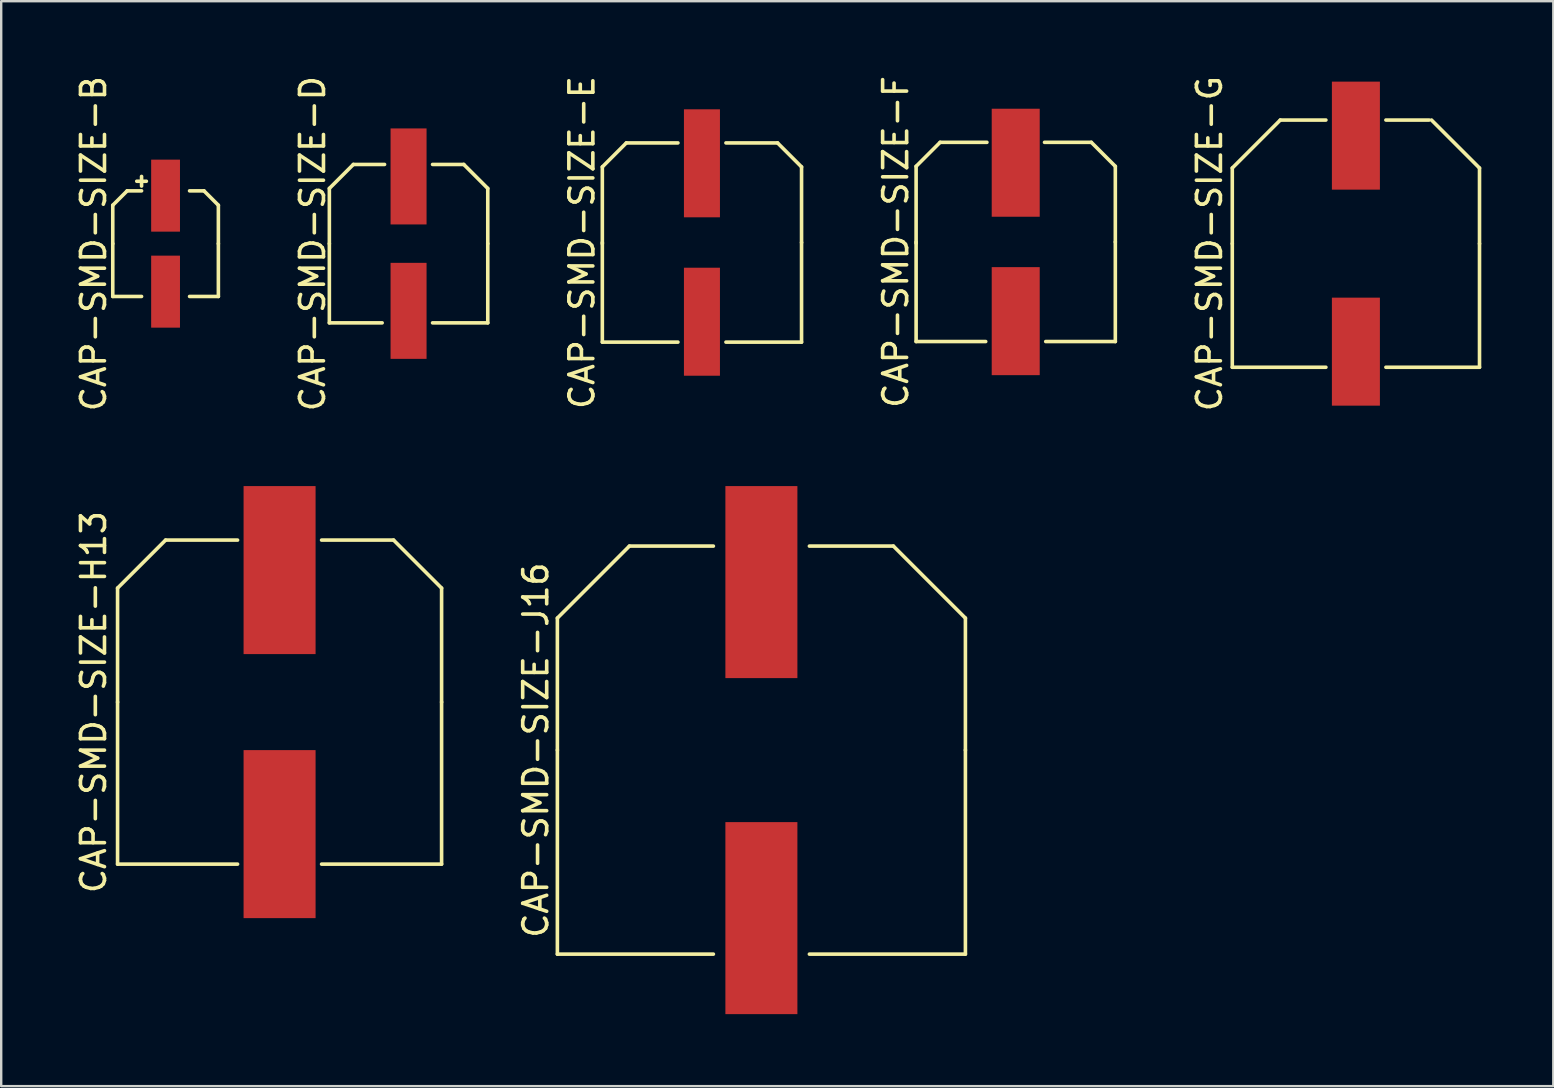
<source format=kicad_pcb>
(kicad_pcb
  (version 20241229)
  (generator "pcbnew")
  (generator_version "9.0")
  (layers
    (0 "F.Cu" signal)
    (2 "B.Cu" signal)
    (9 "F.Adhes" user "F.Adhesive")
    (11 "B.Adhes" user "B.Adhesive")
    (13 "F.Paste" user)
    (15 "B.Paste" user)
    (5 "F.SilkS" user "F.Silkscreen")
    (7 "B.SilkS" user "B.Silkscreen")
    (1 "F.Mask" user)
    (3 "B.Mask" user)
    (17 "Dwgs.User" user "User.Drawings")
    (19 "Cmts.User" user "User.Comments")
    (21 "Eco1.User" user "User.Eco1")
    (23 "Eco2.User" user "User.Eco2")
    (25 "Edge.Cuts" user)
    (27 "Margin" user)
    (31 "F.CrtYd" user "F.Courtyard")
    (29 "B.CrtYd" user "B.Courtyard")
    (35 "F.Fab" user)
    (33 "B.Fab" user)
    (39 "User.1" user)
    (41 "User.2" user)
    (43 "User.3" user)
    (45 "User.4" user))
  (footprint "CAP-SMD-SIZE-J16"
    (layer "F.Cu")
    (at 28.672 28.202)
    (property "Reference" "CAP-SMD-SIZE-J16" (at -9.4 0 90) (layer "F.SilkS") (effects (font (size 1 1) (thickness 0.15))))
    (attr through_hole)
    (fp_line (start -8.5 -5.5) (end -5.5 -8.5) (stroke (width 0.15) (type solid)) (layer "F.SilkS"))
    (fp_line (start -8.5 0) (end -8.5 -5.5) (stroke (width 0.15) (type solid)) (layer "F.SilkS"))
    (fp_line (start -8.5 8.5) (end -8.5 0) (stroke (width 0.15) (type solid)) (layer "F.SilkS"))
    (fp_line (start -8.5 8.5) (end -2 8.5) (stroke (width 0.15) (type solid)) (layer "F.SilkS"))
    (fp_line (start -5.5 -8.5) (end -2 -8.5) (stroke (width 0.15) (type solid)) (layer "F.SilkS"))
    (fp_line (start 5.5 -8.5) (end 2 -8.5) (stroke (width 0.15) (type solid)) (layer "F.SilkS"))
    (fp_line (start 8.5 -5.5) (end 5.5 -8.5) (stroke (width 0.15) (type solid)) (layer "F.SilkS"))
    (fp_line (start 8.5 0) (end 8.5 -5.5) (stroke (width 0.15) (type solid)) (layer "F.SilkS"))
    (fp_line (start 8.5 8.5) (end 2 8.5) (stroke (width 0.15) (type solid)) (layer "F.SilkS"))
    (fp_line (start 8.5 8.5) (end 8.5 0) (stroke (width 0.15) (type solid)) (layer "F.SilkS"))
    (pad "1" smd rect (at 0 -7) (size 3 8) (layers "F.Cu" "F.Mask" "F.Paste"))
    (pad "2" smd rect (at 0 7) (size 3 8) (layers "F.Cu" "F.Mask" "F.Paste")))
  (footprint "CAP-SMD-SIZE-F"
    (layer "F.Cu")
    (at 39.268 7.03)
    (property "Reference" "CAP-SMD-SIZE-F" (at -5 0 90) (layer "F.SilkS") (effects (font (size 1 1) (thickness 0.15))))
    (attr through_hole)
    (fp_line (start -4.15 -3.15) (end -4.15 0.05) (stroke (width 0.15) (type solid)) (layer "F.SilkS"))
    (fp_line (start -4.15 0) (end -4.15 4.15) (stroke (width 0.15) (type solid)) (layer "F.SilkS"))
    (fp_line (start -4.15 4.15) (end -1.25 4.15) (stroke (width 0.15) (type solid)) (layer "F.SilkS"))
    (fp_line (start -3.15 -4.15) (end -4.15 -3.15) (stroke (width 0.15) (type solid)) (layer "F.SilkS"))
    (fp_line (start -3.15 -4.15) (end -1.2 -4.15) (stroke (width 0.15) (type solid)) (layer "F.SilkS"))
    (fp_line (start 3.15 -4.15) (end 1.2 -4.15) (stroke (width 0.15) (type solid)) (layer "F.SilkS"))
    (fp_line (start 4.15 -3.15) (end 3.15 -4.15) (stroke (width 0.15) (type solid)) (layer "F.SilkS"))
    (fp_line (start 4.15 0) (end 4.15 -3.15) (stroke (width 0.15) (type solid)) (layer "F.SilkS"))
    (fp_line (start 4.15 4.15) (end 1.25 4.15) (stroke (width 0.15) (type solid)) (layer "F.SilkS"))
    (fp_line (start 4.15 4.15) (end 4.15 0) (stroke (width 0.15) (type solid)) (layer "F.SilkS"))
    (pad "1" smd rect (at 0 -3.3) (size 2 4.5) (layers "F.Cu" "F.Mask" "F.Paste"))
    (pad "2" smd rect (at 0 3.3) (size 2 4.5) (layers "F.Cu" "F.Mask" "F.Paste")))
  (footprint "CAP-SMD-SIZE-H13"
    (layer "F.Cu")
    (at 8.598 26.202)
    (property "Reference" "CAP-SMD-SIZE-H13" (at -7.75 0 90) (layer "F.SilkS") (effects (font (size 1 1) (thickness 0.15))))
    (attr through_hole)
    (fp_line (start -6.75 -4.75) (end -6.75 0) (stroke (width 0.15) (type solid)) (layer "F.SilkS"))
    (fp_line (start -6.75 0) (end -6.75 6.75) (stroke (width 0.15) (type solid)) (layer "F.SilkS"))
    (fp_line (start -6.75 6.75) (end -1.75 6.75) (stroke (width 0.15) (type solid)) (layer "F.SilkS"))
    (fp_line (start -4.75 -6.75) (end -6.75 -4.75) (stroke (width 0.15) (type solid)) (layer "F.SilkS"))
    (fp_line (start -4.75 -6.75) (end -1.75 -6.75) (stroke (width 0.15) (type solid)) (layer "F.SilkS"))
    (fp_line (start 4.75 -6.75) (end 1.75 -6.75) (stroke (width 0.15) (type solid)) (layer "F.SilkS"))
    (fp_line (start 6.75 -4.75) (end 4.75 -6.75) (stroke (width 0.15) (type solid)) (layer "F.SilkS"))
    (fp_line (start 6.75 0) (end 6.75 -4.75) (stroke (width 0.15) (type solid)) (layer "F.SilkS"))
    (fp_line (start 6.75 6.75) (end 1.75 6.75) (stroke (width 0.15) (type solid)) (layer "F.SilkS"))
    (fp_line (start 6.75 6.75) (end 6.75 0) (stroke (width 0.15) (type solid)) (layer "F.SilkS"))
    (pad "1" smd rect (at 0 -5.5) (size 3 7) (layers "F.Cu" "F.Mask" "F.Paste"))
    (pad "2" smd rect (at 0 5.5) (size 3 7) (layers "F.Cu" "F.Mask" "F.Paste")))
  (footprint "CAP-SMD-SIZE-D"
    (layer "F.Cu")
    (at 13.972 7.101)
    (property "Reference" "CAP-SMD-SIZE-D" (at -4 0 90) (layer "F.SilkS") (effects (font (size 1 1) (thickness 0.15))))
    (attr through_hole)
    (fp_line (start -3.3 -2.3) (end -3.3 0) (stroke (width 0.15) (type solid)) (layer "F.SilkS"))
    (fp_line (start -3.3 0) (end -3.3 3.3) (stroke (width 0.15) (type solid)) (layer "F.SilkS"))
    (fp_line (start -3.3 3.3) (end -1.1 3.3) (stroke (width 0.15) (type solid)) (layer "F.SilkS"))
    (fp_line (start -2.3 -3.3) (end -3.3 -2.3) (stroke (width 0.15) (type solid)) (layer "F.SilkS"))
    (fp_line (start -2.3 -3.3) (end -1 -3.3) (stroke (width 0.15) (type solid)) (layer "F.SilkS"))
    (fp_line (start 2.3 -3.3) (end 1 -3.3) (stroke (width 0.15) (type solid)) (layer "F.SilkS"))
    (fp_line (start 3.3 -2.3) (end 2.3 -3.3) (stroke (width 0.15) (type solid)) (layer "F.SilkS"))
    (fp_line (start 3.3 0) (end 3.3 -2.3) (stroke (width 0.15) (type solid)) (layer "F.SilkS"))
    (fp_line (start 3.3 3.3) (end 1 3.3) (stroke (width 0.15) (type solid)) (layer "F.SilkS"))
    (fp_line (start 3.3 3.3) (end 3.3 0) (stroke (width 0.15) (type solid)) (layer "F.SilkS"))
    (pad "1" smd rect (at 0 -2.8) (size 1.5 4) (layers "F.Cu" "F.Mask" "F.Paste"))
    (pad "2" smd rect (at 0 2.8) (size 1.5 4) (layers "F.Cu" "F.Mask" "F.Paste")))
  (footprint "CAP-SMD-SIZE-B"
    (layer "F.Cu")
    (at 3.848 7.101)
    (property "Reference" "CAP-SMD-SIZE-B" (at -3 0 90) (layer "F.SilkS") (effects (font (size 1 1) (thickness 0.15))))
    (attr through_hole)
    (fp_line (start -2.2 -1.6) (end -1.6 -2.2) (stroke (width 0.15) (type solid)) (layer "F.SilkS"))
    (fp_line (start -2.2 0) (end -2.2 -1.6) (stroke (width 0.15) (type solid)) (layer "F.SilkS"))
    (fp_line (start -2.2 2.2) (end -2.2 0) (stroke (width 0.15) (type solid)) (layer "F.SilkS"))
    (fp_line (start -1.6 -2.2) (end -1 -2.2) (stroke (width 0.15) (type solid)) (layer "F.SilkS"))
    (fp_line (start -1.2 -2.6) (end -0.8 -2.6) (stroke (width 0.15) (type solid)) (layer "F.SilkS"))
    (fp_line (start -1 -2.8) (end -1 -2.4) (stroke (width 0.15) (type solid)) (layer "F.SilkS"))
    (fp_line (start -1 2.2) (end -2.2 2.2) (stroke (width 0.15) (type solid)) (layer "F.SilkS"))
    (fp_line (start 1.6 -2.2) (end 1 -2.2) (stroke (width 0.15) (type solid)) (layer "F.SilkS"))
    (fp_line (start 2.2 -1.6) (end 1.6 -2.2) (stroke (width 0.15) (type solid)) (layer "F.SilkS"))
    (fp_line (start 2.2 0) (end 2.2 -1.6) (stroke (width 0.15) (type solid)) (layer "F.SilkS"))
    (fp_line (start 2.2 0) (end 2.2 2.2) (stroke (width 0.15) (type solid)) (layer "F.SilkS"))
    (fp_line (start 2.2 2.2) (end 1 2.2) (stroke (width 0.15) (type solid)) (layer "F.SilkS"))
    (pad "1" smd rect (at 0 -2) (size 1.2 3) (layers "F.Cu" "F.Mask" "F.Paste"))
    (pad "2" smd rect (at 0 2) (size 1.2 3) (layers "F.Cu" "F.Mask" "F.Paste")))
  (footprint "CAP-SMD-SIZE-G"
    (layer "F.Cu")
    (at 53.441 7.101)
    (property "Reference" "CAP-SMD-SIZE-G" (at -6.1 0 90) (layer "F.SilkS") (effects (font (size 1 1) (thickness 0.15))))
    (attr through_hole)
    (fp_line (start -5.15 -3.15) (end -5.15 0) (stroke (width 0.15) (type solid)) (layer "F.SilkS"))
    (fp_line (start -5.15 5.15) (end -5.15 0) (stroke (width 0.15) (type solid)) (layer "F.SilkS"))
    (fp_line (start -5.15 5.15) (end -1.25 5.15) (stroke (width 0.15) (type solid)) (layer "F.SilkS"))
    (fp_line (start -3.15 -5.15) (end -5.15 -3.15) (stroke (width 0.15) (type solid)) (layer "F.SilkS"))
    (fp_line (start -3.15 -5.15) (end -1.25 -5.15) (stroke (width 0.15) (type solid)) (layer "F.SilkS"))
    (fp_line (start 3.05 -5.15) (end 1.25 -5.15) (stroke (width 0.15) (type solid)) (layer "F.SilkS"))
    (fp_line (start 5.15 -3.15) (end 3.15 -5.15) (stroke (width 0.15) (type solid)) (layer "F.SilkS"))
    (fp_line (start 5.15 0) (end 5.15 -3.15) (stroke (width 0.15) (type solid)) (layer "F.SilkS"))
    (fp_line (start 5.15 5.15) (end 1.25 5.15) (stroke (width 0.15) (type solid)) (layer "F.SilkS"))
    (fp_line (start 5.15 5.15) (end 5.15 0) (stroke (width 0.15) (type solid)) (layer "F.SilkS"))
    (pad "1" smd rect (at 0 -4.5) (size 2 4.5) (layers "F.Cu" "F.Mask" "F.Paste"))
    (pad "2" smd rect (at 0 4.5) (size 2 4.5) (layers "F.Cu" "F.Mask" "F.Paste")))
  (footprint "CAP-SMD-SIZE-E"
    (layer "F.Cu")
    (at 26.195 7.054)
    (property "Reference" "CAP-SMD-SIZE-E" (at -5 0 90) (layer "F.SilkS") (effects (font (size 1 1) (thickness 0.15))))
    (attr through_hole)
    (fp_line (start -4.15 -3.15) (end -4.15 0.05) (stroke (width 0.15) (type solid)) (layer "F.SilkS"))
    (fp_line (start -4.15 0) (end -4.15 4.15) (stroke (width 0.15) (type solid)) (layer "F.SilkS"))
    (fp_line (start -4.15 4.15) (end -1 4.15) (stroke (width 0.15) (type solid)) (layer "F.SilkS"))
    (fp_line (start -3.15 -4.15) (end -4.15 -3.15) (stroke (width 0.15) (type solid)) (layer "F.SilkS"))
    (fp_line (start -3.15 -4.15) (end -1 -4.15) (stroke (width 0.15) (type solid)) (layer "F.SilkS"))
    (fp_line (start 3.15 -4.15) (end 1 -4.15) (stroke (width 0.15) (type solid)) (layer "F.SilkS"))
    (fp_line (start 4.15 -3.15) (end 3.15 -4.15) (stroke (width 0.15) (type solid)) (layer "F.SilkS"))
    (fp_line (start 4.15 0) (end 4.15 -3.15) (stroke (width 0.15) (type solid)) (layer "F.SilkS"))
    (fp_line (start 4.15 4.15) (end 1 4.15) (stroke (width 0.15) (type solid)) (layer "F.SilkS"))
    (fp_line (start 4.15 4.15) (end 4.15 0) (stroke (width 0.15) (type solid)) (layer "F.SilkS"))
    (pad "1" smd rect (at 0 -3.3) (size 1.5 4.5) (layers "F.Cu" "F.Mask" "F.Paste"))
    (pad "2" smd rect (at 0 3.3) (size 1.5 4.5) (layers "F.Cu" "F.Mask" "F.Paste")))
  (gr_rect
    (start -3 -3)
    (end 61.666 42.202)
    (stroke (width 0.1) (type default))
    (fill no)
    (layer "Edge.Cuts")))
</source>
